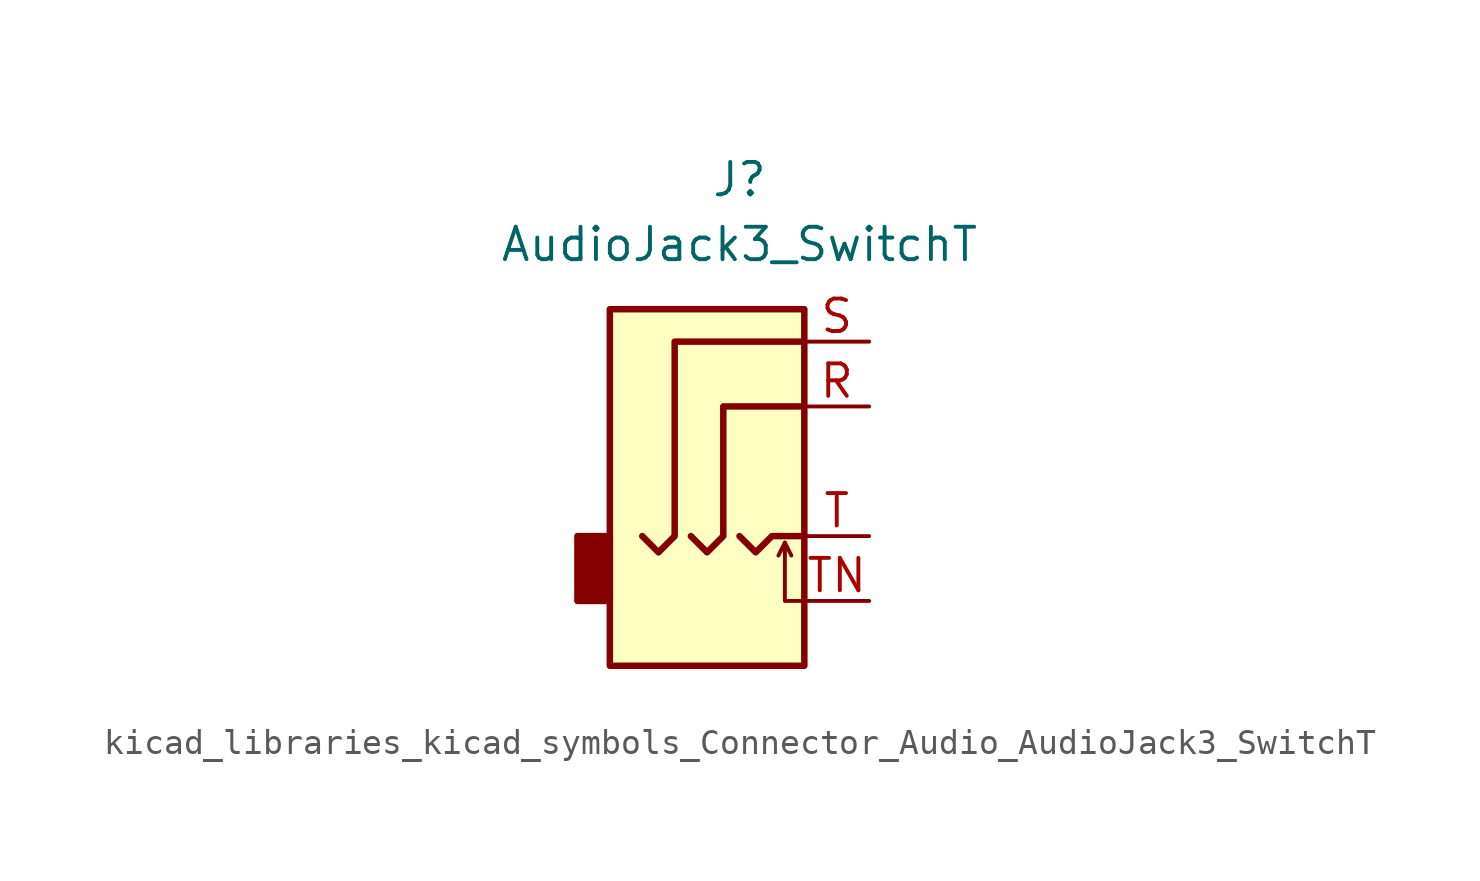
<source format=kicad_sym>
(kicad_symbol_lib
  (version 20220914)
  (generator kicad_symbol_editor)
  (symbol "kicad_libraries_kicad_symbols_Connector_Audio_AudioJack3_SwitchT"
    (property "Reference" "J"
      (at 0 8.89 0)
      (effects (font (size 1.27 1.27))))
    (property "Value" "AudioJack3_SwitchT"
      (at 0 6.35 0)
      (effects (font (size 1.27 1.27))))
    (symbol "kicad_libraries_kicad_symbols_Connector_Audio_AudioJack3_SwitchT_0_1"
      (rectangle (start -5.08 -5.08) (end -6.35 -7.62) (stroke (width 0.254) (type default)) (fill (type outline)))
      (polyline (pts (xy 1.778 -5.334) (xy 2.032 -5.842)) (stroke (width 0) (type default)) (fill (type none)))
      (polyline (pts (xy 0 -5.08) (xy 0.635 -5.715) (xy 1.27 -5.08) (xy 2.54 -5.08)) (stroke (width 0.254) (type default)) (fill (type none)))
      (polyline (pts (xy 2.54 -7.62) (xy 1.778 -7.62) (xy 1.778 -5.334) (xy 1.524 -5.842)) (stroke (width 0) (type default)) (fill (type none)))
      (polyline (pts (xy -1.905 -5.08) (xy -1.27 -5.715) (xy -0.635 -5.08) (xy -0.635 0) (xy 2.54 0)) (stroke (width 0.254) (type default)) (fill (type none)))
      (polyline (pts (xy 2.54 2.54) (xy -2.54 2.54) (xy -2.54 -5.08) (xy -3.175 -5.715) (xy -3.81 -5.08)) (stroke (width 0.254) (type default)) (fill (type none)))
      (rectangle (start 2.54 3.81) (end -5.08 -10.16) (stroke (width 0.254) (type default)) (fill (type background))))
    (symbol "kicad_libraries_kicad_symbols_Connector_Audio_AudioJack3_SwitchT_1_1"
      (pin passive line (at 5.08 0 180) (length 2.54) (name "~" (effects (font (size 1.27 1.27)))) (number "R" (effects (font (size 1.27 1.27)))))
      (pin passive line (at 5.08 2.54 180) (length 2.54) (name "~" (effects (font (size 1.27 1.27)))) (number "S" (effects (font (size 1.27 1.27)))))
      (pin passive line (at 5.08 -5.08 180) (length 2.54) (name "~" (effects (font (size 1.27 1.27)))) (number "T" (effects (font (size 1.27 1.27)))))
      (pin passive line (at 5.08 -7.62 180) (length 2.54) (name "~" (effects (font (size 1.27 1.27)))) (number "TN" (effects (font (size 1.27 1.27))))))))
</source>
